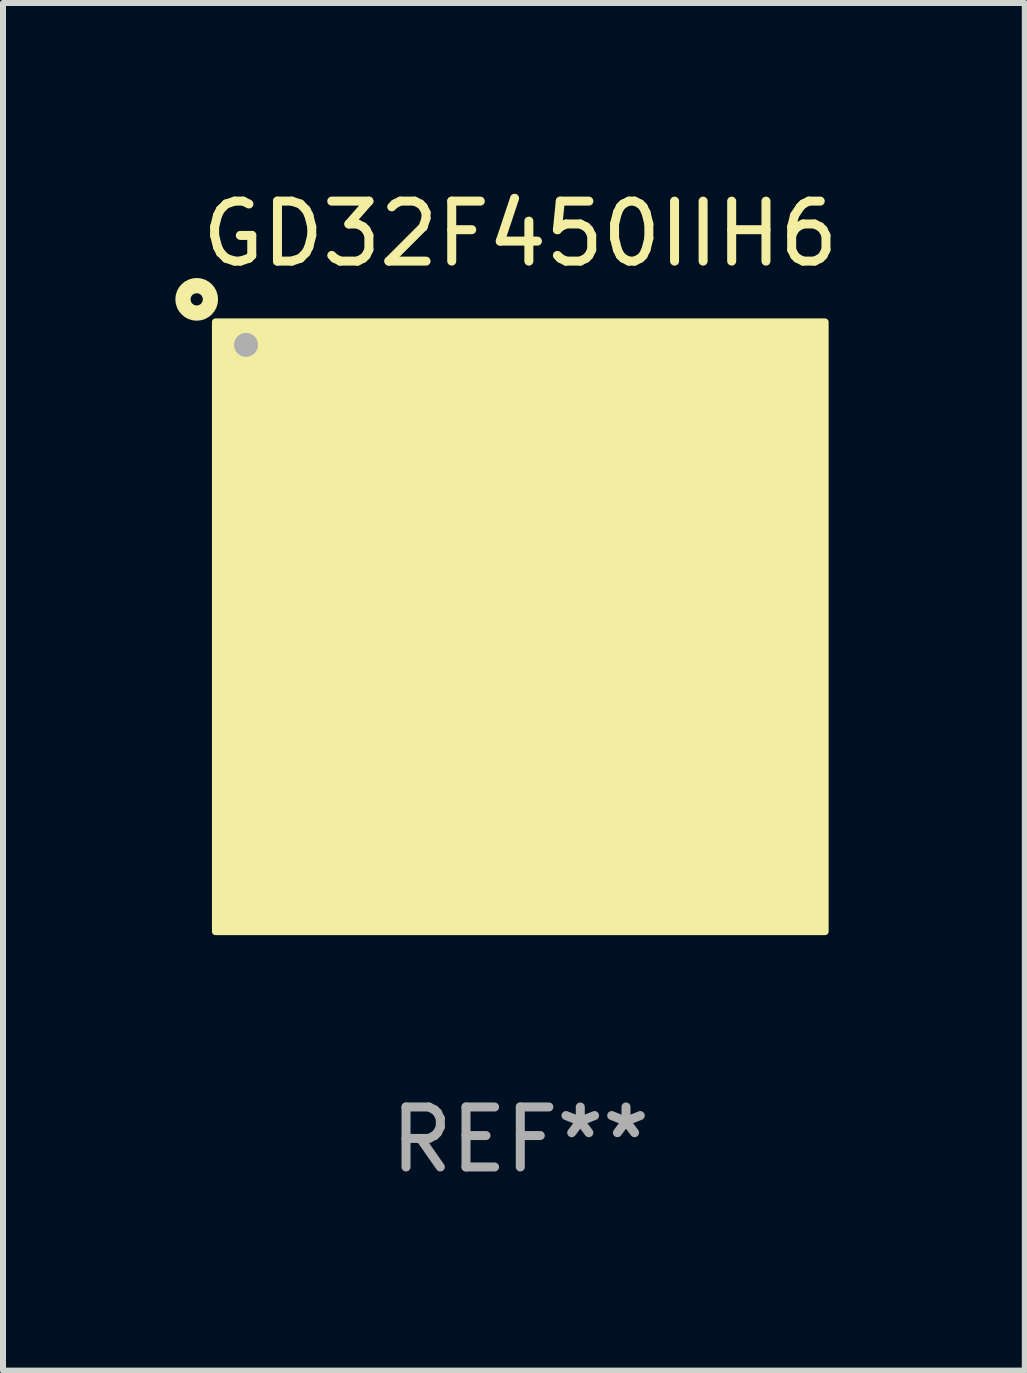
<source format=kicad_pcb>
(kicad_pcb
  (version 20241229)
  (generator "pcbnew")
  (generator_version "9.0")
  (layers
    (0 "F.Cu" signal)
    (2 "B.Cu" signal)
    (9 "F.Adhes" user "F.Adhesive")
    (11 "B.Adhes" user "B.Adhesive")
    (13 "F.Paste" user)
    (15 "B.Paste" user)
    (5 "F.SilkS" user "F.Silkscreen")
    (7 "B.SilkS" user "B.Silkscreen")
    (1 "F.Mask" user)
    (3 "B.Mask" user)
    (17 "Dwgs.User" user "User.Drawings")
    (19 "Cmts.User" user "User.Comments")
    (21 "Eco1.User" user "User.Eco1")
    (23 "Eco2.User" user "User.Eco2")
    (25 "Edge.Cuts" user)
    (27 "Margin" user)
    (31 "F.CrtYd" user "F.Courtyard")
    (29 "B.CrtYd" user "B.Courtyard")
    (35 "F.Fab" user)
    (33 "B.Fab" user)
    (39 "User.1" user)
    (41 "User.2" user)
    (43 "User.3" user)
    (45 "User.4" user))
  (footprint "GD32F450IIH6"
    (layer "F.Cu")
    (at 5.623 7.398)
    (property "Reference" "GD32F450IIH6" (at 0 -6.55 0) (layer "F.SilkS") (effects (font (size 1 1) (thickness 0.15))))
    (attr through_hole)
    (fp_circle (center -5.394 -5.458) (end -5.292 -5.458) (stroke (width 0.254) (type solid)) (fill no) (layer "F.SilkS"))
    (fp_circle (center -5 -5) (end -4.97 -5) (stroke (width 0.06) (type solid)) (fill no) (layer "F.SilkS"))
    (fp_poly (pts (xy -5.08 -5.08) (xy 5.08 -5.08) (xy 5.08 5.08) (xy -5.08 5.08)) (stroke (width 0.12) (type solid)) (fill yes) (layer "F.SilkS"))
    (fp_circle (center -4.572 -4.699) (end -4.472 -4.699) (stroke (width 0.2) (type solid)) (fill no) (layer "F.Fab"))
    (fp_text user "REF**" (at 0 8.55 0) (layer "F.Fab") (effects (font (size 1 1) (thickness 0.15))))
    (pad "A1" smd circle (at -4.55 -4.55) (size 0.3 0.3) (layers "F.Cu" "F.Mask" "F.Paste"))
    (pad "A2" smd circle (at -3.9 -4.55) (size 0.3 0.3) (layers "F.Cu" "F.Mask" "F.Paste"))
    (pad "A3" smd circle (at -3.25 -4.55) (size 0.3 0.3) (layers "F.Cu" "F.Mask" "F.Paste"))
    (pad "A4" smd circle (at -2.6 -4.55) (size 0.3 0.3) (layers "F.Cu" "F.Mask" "F.Paste"))
    (pad "A5" smd circle (at -1.95 -4.55) (size 0.3 0.3) (layers "F.Cu" "F.Mask" "F.Paste"))
    (pad "A6" smd circle (at -1.3 -4.55) (size 0.3 0.3) (layers "F.Cu" "F.Mask" "F.Paste"))
    (pad "A7" smd circle (at -0.65 -4.55) (size 0.3 0.3) (layers "F.Cu" "F.Mask" "F.Paste"))
    (pad "A8" smd circle (at -0.000127 -4.55) (size 0.3 0.3) (layers "F.Cu" "F.Mask" "F.Paste"))
    (pad "A9" smd circle (at 0.65 -4.55) (size 0.3 0.3) (layers "F.Cu" "F.Mask" "F.Paste"))
    (pad "A10" smd circle (at 1.3 -4.55) (size 0.3 0.3) (layers "F.Cu" "F.Mask" "F.Paste"))
    (pad "A11" smd circle (at 1.95 -4.55) (size 0.3 0.3) (layers "F.Cu" "F.Mask" "F.Paste"))
    (pad "A12" smd circle (at 2.6 -4.55) (size 0.3 0.3) (layers "F.Cu" "F.Mask" "F.Paste"))
    (pad "A13" smd circle (at 3.25 -4.55) (size 0.3 0.3) (layers "F.Cu" "F.Mask" "F.Paste"))
    (pad "A14" smd circle (at 3.9 -4.55) (size 0.3 0.3) (layers "F.Cu" "F.Mask" "F.Paste"))
    (pad "A15" smd circle (at 4.55 -4.55) (size 0.3 0.3) (layers "F.Cu" "F.Mask" "F.Paste"))
    (pad "B1" smd circle (at -4.55 -3.9) (size 0.3 0.3) (layers "F.Cu" "F.Mask" "F.Paste"))
    (pad "B2" smd circle (at -3.9 -3.9) (size 0.3 0.3) (layers "F.Cu" "F.Mask" "F.Paste"))
    (pad "B3" smd circle (at -3.25 -3.9) (size 0.3 0.3) (layers "F.Cu" "F.Mask" "F.Paste"))
    (pad "B4" smd circle (at -2.6 -3.9) (size 0.3 0.3) (layers "F.Cu" "F.Mask" "F.Paste"))
    (pad "B5" smd circle (at -1.95 -3.9) (size 0.3 0.3) (layers "F.Cu" "F.Mask" "F.Paste"))
    (pad "B6" smd circle (at -1.3 -3.9) (size 0.3 0.3) (layers "F.Cu" "F.Mask" "F.Paste"))
    (pad "B7" smd circle (at -0.65 -3.9) (size 0.3 0.3) (layers "F.Cu" "F.Mask" "F.Paste"))
    (pad "B8" smd circle (at 0.000127 -3.9) (size 0.3 0.3) (layers "F.Cu" "F.Mask" "F.Paste"))
    (pad "B9" smd circle (at 0.65 -3.9) (size 0.3 0.3) (layers "F.Cu" "F.Mask" "F.Paste"))
    (pad "B10" smd circle (at 1.3 -3.9) (size 0.3 0.3) (layers "F.Cu" "F.Mask" "F.Paste"))
    (pad "B11" smd circle (at 1.95 -3.9) (size 0.3 0.3) (layers "F.Cu" "F.Mask" "F.Paste"))
    (pad "B12" smd circle (at 2.6 -3.9) (size 0.3 0.3) (layers "F.Cu" "F.Mask" "F.Paste"))
    (pad "B13" smd circle (at 3.25 -3.9) (size 0.3 0.3) (layers "F.Cu" "F.Mask" "F.Paste"))
    (pad "B14" smd circle (at 3.9 -3.9) (size 0.3 0.3) (layers "F.Cu" "F.Mask" "F.Paste"))
    (pad "B15" smd circle (at 4.55 -3.9) (size 0.3 0.3) (layers "F.Cu" "F.Mask" "F.Paste"))
    (pad "C1" smd circle (at -4.55 -3.25) (size 0.3 0.3) (layers "F.Cu" "F.Mask" "F.Paste"))
    (pad "C2" smd circle (at -3.9 -3.25) (size 0.3 0.3) (layers "F.Cu" "F.Mask" "F.Paste"))
    (pad "C3" smd circle (at -3.25 -3.25) (size 0.3 0.3) (layers "F.Cu" "F.Mask" "F.Paste"))
    (pad "C4" smd circle (at -2.6 -3.25) (size 0.3 0.3) (layers "F.Cu" "F.Mask" "F.Paste"))
    (pad "C5" smd circle (at -1.95 -3.25) (size 0.3 0.3) (layers "F.Cu" "F.Mask" "F.Paste"))
    (pad "C6" smd circle (at -1.3 -3.25) (size 0.3 0.3) (layers "F.Cu" "F.Mask" "F.Paste"))
    (pad "C7" smd circle (at -0.65 -3.25) (size 0.3 0.3) (layers "F.Cu" "F.Mask" "F.Paste"))
    (pad "C8" smd circle (at 0.000127 -3.25) (size 0.3 0.3) (layers "F.Cu" "F.Mask" "F.Paste"))
    (pad "C9" smd circle (at 0.65 -3.25) (size 0.3 0.3) (layers "F.Cu" "F.Mask" "F.Paste"))
    (pad "C10" smd circle (at 1.3 -3.25) (size 0.3 0.3) (layers "F.Cu" "F.Mask" "F.Paste"))
    (pad "C11" smd circle (at 1.95 -3.25) (size 0.3 0.3) (layers "F.Cu" "F.Mask" "F.Paste"))
    (pad "C12" smd circle (at 2.6 -3.25) (size 0.3 0.3) (layers "F.Cu" "F.Mask" "F.Paste"))
    (pad "C13" smd circle (at 3.25 -3.25) (size 0.3 0.3) (layers "F.Cu" "F.Mask" "F.Paste"))
    (pad "C14" smd circle (at 3.9 -3.25) (size 0.3 0.3) (layers "F.Cu" "F.Mask" "F.Paste"))
    (pad "C15" smd circle (at 4.55 -3.25) (size 0.3 0.3) (layers "F.Cu" "F.Mask" "F.Paste"))
    (pad "D1" smd circle (at -4.55 -2.6) (size 0.3 0.3) (layers "F.Cu" "F.Mask" "F.Paste"))
    (pad "D2" smd circle (at -3.9 -2.6) (size 0.3 0.3) (layers "F.Cu" "F.Mask" "F.Paste"))
    (pad "D3" smd circle (at -3.25 -2.6) (size 0.3 0.3) (layers "F.Cu" "F.Mask" "F.Paste"))
    (pad "D4" smd circle (at -2.6 -2.6) (size 0.3 0.3) (layers "F.Cu" "F.Mask" "F.Paste"))
    (pad "D5" smd circle (at -1.95 -2.6) (size 0.3 0.3) (layers "F.Cu" "F.Mask" "F.Paste"))
    (pad "D6" smd circle (at -1.3 -2.6) (size 0.3 0.3) (layers "F.Cu" "F.Mask" "F.Paste"))
    (pad "D7" smd circle (at -0.65 -2.6) (size 0.3 0.3) (layers "F.Cu" "F.Mask" "F.Paste"))
    (pad "D8" smd circle (at -0.000127 -2.6) (size 0.3 0.3) (layers "F.Cu" "F.Mask" "F.Paste"))
    (pad "D9" smd circle (at 0.65 -2.6) (size 0.3 0.3) (layers "F.Cu" "F.Mask" "F.Paste"))
    (pad "D10" smd circle (at 1.3 -2.6) (size 0.3 0.3) (layers "F.Cu" "F.Mask" "F.Paste"))
    (pad "D11" smd circle (at 1.95 -2.6) (size 0.3 0.3) (layers "F.Cu" "F.Mask" "F.Paste"))
    (pad "D12" smd circle (at 2.6 -2.6) (size 0.3 0.3) (layers "F.Cu" "F.Mask" "F.Paste"))
    (pad "D13" smd circle (at 3.25 -2.6) (size 0.3 0.3) (layers "F.Cu" "F.Mask" "F.Paste"))
    (pad "D14" smd circle (at 3.9 -2.6) (size 0.3 0.3) (layers "F.Cu" "F.Mask" "F.Paste"))
    (pad "D15" smd circle (at 4.55 -2.6) (size 0.3 0.3) (layers "F.Cu" "F.Mask" "F.Paste"))
    (pad "E1" smd circle (at -4.55 -1.95) (size 0.3 0.3) (layers "F.Cu" "F.Mask" "F.Paste"))
    (pad "E2" smd circle (at -3.9 -1.95) (size 0.3 0.3) (layers "F.Cu" "F.Mask" "F.Paste"))
    (pad "E3" smd circle (at -3.25 -1.95) (size 0.3 0.3) (layers "F.Cu" "F.Mask" "F.Paste"))
    (pad "E4" smd circle (at -2.6 -1.95) (size 0.3 0.3) (layers "F.Cu" "F.Mask" "F.Paste"))
    (pad "E12" smd circle (at 2.6 -1.95) (size 0.3 0.3) (layers "F.Cu" "F.Mask" "F.Paste"))
    (pad "E13" smd circle (at 3.25 -1.95) (size 0.3 0.3) (layers "F.Cu" "F.Mask" "F.Paste"))
    (pad "E14" smd circle (at 3.9 -1.95) (size 0.3 0.3) (layers "F.Cu" "F.Mask" "F.Paste"))
    (pad "E15" smd circle (at 4.55 -1.95) (size 0.3 0.3) (layers "F.Cu" "F.Mask" "F.Paste"))
    (pad "F1" smd circle (at -4.55 -1.3) (size 0.3 0.3) (layers "F.Cu" "F.Mask" "F.Paste"))
    (pad "F2" smd circle (at -3.9 -1.3) (size 0.3 0.3) (layers "F.Cu" "F.Mask" "F.Paste"))
    (pad "F3" smd circle (at -3.25 -1.3) (size 0.3 0.3) (layers "F.Cu" "F.Mask" "F.Paste"))
    (pad "F4" smd circle (at -2.6 -1.3) (size 0.3 0.3) (layers "F.Cu" "F.Mask" "F.Paste"))
    (pad "F6" smd circle (at -1.3 -1.3) (size 0.3 0.3) (layers "F.Cu" "F.Mask" "F.Paste"))
    (pad "F7" smd circle (at -0.65 -1.3) (size 0.3 0.3) (layers "F.Cu" "F.Mask" "F.Paste"))
    (pad "F8" smd circle (at 0.000127 -1.3) (size 0.3 0.3) (layers "F.Cu" "F.Mask" "F.Paste"))
    (pad "F9" smd circle (at 0.65 -1.3) (size 0.3 0.3) (layers "F.Cu" "F.Mask" "F.Paste"))
    (pad "F10" smd circle (at 1.3 -1.3) (size 0.3 0.3) (layers "F.Cu" "F.Mask" "F.Paste"))
    (pad "F12" smd circle (at 2.6 -1.3) (size 0.3 0.3) (layers "F.Cu" "F.Mask" "F.Paste"))
    (pad "F13" smd circle (at 3.25 -1.3) (size 0.3 0.3) (layers "F.Cu" "F.Mask" "F.Paste"))
    (pad "F14" smd circle (at 3.9 -1.3) (size 0.3 0.3) (layers "F.Cu" "F.Mask" "F.Paste"))
    (pad "F15" smd circle (at 4.55 -1.3) (size 0.3 0.3) (layers "F.Cu" "F.Mask" "F.Paste"))
    (pad "G1" smd circle (at -4.55 -0.65) (size 0.3 0.3) (layers "F.Cu" "F.Mask" "F.Paste"))
    (pad "G2" smd circle (at -3.9 -0.65) (size 0.3 0.3) (layers "F.Cu" "F.Mask" "F.Paste"))
    (pad "G3" smd circle (at -3.25 -0.65) (size 0.3 0.3) (layers "F.Cu" "F.Mask" "F.Paste"))
    (pad "G4" smd circle (at -2.6 -0.65) (size 0.3 0.3) (layers "F.Cu" "F.Mask" "F.Paste"))
    (pad "G6" smd circle (at -1.3 -0.65) (size 0.3 0.3) (layers "F.Cu" "F.Mask" "F.Paste"))
    (pad "G7" smd circle (at -0.65 -0.65) (size 0.3 0.3) (layers "F.Cu" "F.Mask" "F.Paste"))
    (pad "G8" smd circle (at -0.000127 -0.65) (size 0.3 0.3) (layers "F.Cu" "F.Mask" "F.Paste"))
    (pad "G9" smd circle (at 0.65 -0.65) (size 0.3 0.3) (layers "F.Cu" "F.Mask" "F.Paste"))
    (pad "G10" smd circle (at 1.3 -0.65) (size 0.3 0.3) (layers "F.Cu" "F.Mask" "F.Paste"))
    (pad "G12" smd circle (at 2.6 -0.65) (size 0.3 0.3) (layers "F.Cu" "F.Mask" "F.Paste"))
    (pad "G13" smd circle (at 3.25 -0.65) (size 0.3 0.3) (layers "F.Cu" "F.Mask" "F.Paste"))
    (pad "G14" smd circle (at 3.9 -0.65) (size 0.3 0.3) (layers "F.Cu" "F.Mask" "F.Paste"))
    (pad "G15" smd circle (at 4.55 -0.65) (size 0.3 0.3) (layers "F.Cu" "F.Mask" "F.Paste"))
    (pad "H1" smd circle (at -4.55 -0.000127) (size 0.3 0.3) (layers "F.Cu" "F.Mask" "F.Paste"))
    (pad "H2" smd circle (at -3.9 -0.000127) (size 0.3 0.3) (layers "F.Cu" "F.Mask" "F.Paste"))
    (pad "H3" smd circle (at -3.25 -0.000127) (size 0.3 0.3) (layers "F.Cu" "F.Mask" "F.Paste"))
    (pad "H4" smd circle (at -2.6 -0.000127) (size 0.3 0.3) (layers "F.Cu" "F.Mask" "F.Paste"))
    (pad "H6" smd circle (at -1.3 -0.000127) (size 0.3 0.3) (layers "F.Cu" "F.Mask" "F.Paste"))
    (pad "H7" smd circle (at -0.65 -0.000127) (size 0.3 0.3) (layers "F.Cu" "F.Mask" "F.Paste"))
    (pad "H8" smd circle (at -0.000127 -0.000127) (size 0.3 0.3) (layers "F.Cu" "F.Mask" "F.Paste"))
    (pad "H9" smd circle (at 0.65 -0.000127) (size 0.3 0.3) (layers "F.Cu" "F.Mask" "F.Paste"))
    (pad "H10" smd circle (at 1.3 -0.000127) (size 0.3 0.3) (layers "F.Cu" "F.Mask" "F.Paste"))
    (pad "H12" smd circle (at 2.6 -0.000127) (size 0.3 0.3) (layers "F.Cu" "F.Mask" "F.Paste"))
    (pad "H13" smd circle (at 3.25 -0.000127) (size 0.3 0.3) (layers "F.Cu" "F.Mask" "F.Paste"))
    (pad "H14" smd circle (at 3.9 -0.000127) (size 0.3 0.3) (layers "F.Cu" "F.Mask" "F.Paste"))
    (pad "H15" smd circle (at 4.55 -0.000127) (size 0.3 0.3) (layers "F.Cu" "F.Mask" "F.Paste"))
    (pad "J1" smd circle (at -4.55 0.65) (size 0.3 0.3) (layers "F.Cu" "F.Mask" "F.Paste"))
    (pad "J2" smd circle (at -3.9 0.65) (size 0.3 0.3) (layers "F.Cu" "F.Mask" "F.Paste"))
    (pad "J3" smd circle (at -3.25 0.65) (size 0.3 0.3) (layers "F.Cu" "F.Mask" "F.Paste"))
    (pad "J4" smd circle (at -2.6 0.65) (size 0.3 0.3) (layers "F.Cu" "F.Mask" "F.Paste"))
    (pad "J6" smd circle (at -1.3 0.65) (size 0.3 0.3) (layers "F.Cu" "F.Mask" "F.Paste"))
    (pad "J7" smd circle (at -0.65 0.65) (size 0.3 0.3) (layers "F.Cu" "F.Mask" "F.Paste"))
    (pad "J8" smd circle (at -0.000127 0.65) (size 0.3 0.3) (layers "F.Cu" "F.Mask" "F.Paste"))
    (pad "J9" smd circle (at 0.65 0.65) (size 0.3 0.3) (layers "F.Cu" "F.Mask" "F.Paste"))
    (pad "J10" smd circle (at 1.3 0.65) (size 0.3 0.3) (layers "F.Cu" "F.Mask" "F.Paste"))
    (pad "J12" smd circle (at 2.6 0.65) (size 0.3 0.3) (layers "F.Cu" "F.Mask" "F.Paste"))
    (pad "J13" smd circle (at 3.25 0.65) (size 0.3 0.3) (layers "F.Cu" "F.Mask" "F.Paste"))
    (pad "J14" smd circle (at 3.9 0.65) (size 0.3 0.3) (layers "F.Cu" "F.Mask" "F.Paste"))
    (pad "J15" smd circle (at 4.55 0.65) (size 0.3 0.3) (layers "F.Cu" "F.Mask" "F.Paste"))
    (pad "K1" smd circle (at -4.55 1.3) (size 0.3 0.3) (layers "F.Cu" "F.Mask" "F.Paste"))
    (pad "K2" smd circle (at -3.9 1.3) (size 0.3 0.3) (layers "F.Cu" "F.Mask" "F.Paste"))
    (pad "K3" smd circle (at -3.25 1.3) (size 0.3 0.3) (layers "F.Cu" "F.Mask" "F.Paste"))
    (pad "K4" smd circle (at -2.6 1.3) (size 0.3 0.3) (layers "F.Cu" "F.Mask" "F.Paste"))
    (pad "K6" smd circle (at -1.3 1.3) (size 0.3 0.3) (layers "F.Cu" "F.Mask" "F.Paste"))
    (pad "K7" smd circle (at -0.65 1.3) (size 0.3 0.3) (layers "F.Cu" "F.Mask" "F.Paste"))
    (pad "K8" smd circle (at 0.000127 1.3) (size 0.3 0.3) (layers "F.Cu" "F.Mask" "F.Paste"))
    (pad "K9" smd circle (at 0.65 1.3) (size 0.3 0.3) (layers "F.Cu" "F.Mask" "F.Paste"))
    (pad "K10" smd circle (at 1.3 1.3) (size 0.3 0.3) (layers "F.Cu" "F.Mask" "F.Paste"))
    (pad "K12" smd circle (at 2.6 1.3) (size 0.3 0.3) (layers "F.Cu" "F.Mask" "F.Paste"))
    (pad "K13" smd circle (at 3.25 1.3) (size 0.3 0.3) (layers "F.Cu" "F.Mask" "F.Paste"))
    (pad "K14" smd circle (at 3.9 1.3) (size 0.3 0.3) (layers "F.Cu" "F.Mask" "F.Paste"))
    (pad "K15" smd circle (at 4.55 1.3) (size 0.3 0.3) (layers "F.Cu" "F.Mask" "F.Paste"))
    (pad "L1" smd circle (at -4.55 1.95) (size 0.3 0.3) (layers "F.Cu" "F.Mask" "F.Paste"))
    (pad "L2" smd circle (at -3.9 1.95) (size 0.3 0.3) (layers "F.Cu" "F.Mask" "F.Paste"))
    (pad "L3" smd circle (at -3.25 1.95) (size 0.3 0.3) (layers "F.Cu" "F.Mask" "F.Paste"))
    (pad "L4" smd circle (at -2.6 1.95) (size 0.3 0.3) (layers "F.Cu" "F.Mask" "F.Paste"))
    (pad "L12" smd circle (at 2.6 1.95) (size 0.3 0.3) (layers "F.Cu" "F.Mask" "F.Paste"))
    (pad "L13" smd circle (at 3.25 1.95) (size 0.3 0.3) (layers "F.Cu" "F.Mask" "F.Paste"))
    (pad "L14" smd circle (at 3.9 1.95) (size 0.3 0.3) (layers "F.Cu" "F.Mask" "F.Paste"))
    (pad "L15" smd circle (at 4.55 1.95) (size 0.3 0.3) (layers "F.Cu" "F.Mask" "F.Paste"))
    (pad "M1" smd circle (at -4.55 2.6) (size 0.3 0.3) (layers "F.Cu" "F.Mask" "F.Paste"))
    (pad "M2" smd circle (at -3.9 2.6) (size 0.3 0.3) (layers "F.Cu" "F.Mask" "F.Paste"))
    (pad "M3" smd circle (at -3.25 2.6) (size 0.3 0.3) (layers "F.Cu" "F.Mask" "F.Paste"))
    (pad "M4" smd circle (at -2.6 2.6) (size 0.3 0.3) (layers "F.Cu" "F.Mask" "F.Paste"))
    (pad "M5" smd circle (at -1.95 2.6) (size 0.3 0.3) (layers "F.Cu" "F.Mask" "F.Paste"))
    (pad "M6" smd circle (at -1.3 2.6) (size 0.3 0.3) (layers "F.Cu" "F.Mask" "F.Paste"))
    (pad "M7" smd circle (at -0.65 2.6) (size 0.3 0.3) (layers "F.Cu" "F.Mask" "F.Paste"))
    (pad "M8" smd circle (at -0.000127 2.6) (size 0.3 0.3) (layers "F.Cu" "F.Mask" "F.Paste"))
    (pad "M9" smd circle (at 0.65 2.6) (size 0.3 0.3) (layers "F.Cu" "F.Mask" "F.Paste"))
    (pad "M10" smd circle (at 1.3 2.6) (size 0.3 0.3) (layers "F.Cu" "F.Mask" "F.Paste"))
    (pad "M11" smd circle (at 1.95 2.6) (size 0.3 0.3) (layers "F.Cu" "F.Mask" "F.Paste"))
    (pad "M12" smd circle (at 2.6 2.6) (size 0.3 0.3) (layers "F.Cu" "F.Mask" "F.Paste"))
    (pad "M13" smd circle (at 3.25 2.6) (size 0.3 0.3) (layers "F.Cu" "F.Mask" "F.Paste"))
    (pad "M14" smd circle (at 3.9 2.6) (size 0.3 0.3) (layers "F.Cu" "F.Mask" "F.Paste"))
    (pad "M15" smd circle (at 4.55 2.6) (size 0.3 0.3) (layers "F.Cu" "F.Mask" "F.Paste"))
    (pad "N1" smd circle (at -4.55 3.25) (size 0.3 0.3) (layers "F.Cu" "F.Mask" "F.Paste"))
    (pad "N2" smd circle (at -3.9 3.25) (size 0.3 0.3) (layers "F.Cu" "F.Mask" "F.Paste"))
    (pad "N3" smd circle (at -3.25 3.25) (size 0.3 0.3) (layers "F.Cu" "F.Mask" "F.Paste"))
    (pad "N4" smd circle (at -2.6 3.25) (size 0.3 0.3) (layers "F.Cu" "F.Mask" "F.Paste"))
    (pad "N5" smd circle (at -1.95 3.25) (size 0.3 0.3) (layers "F.Cu" "F.Mask" "F.Paste"))
    (pad "N6" smd circle (at -1.3 3.25) (size 0.3 0.3) (layers "F.Cu" "F.Mask" "F.Paste"))
    (pad "N7" smd circle (at -0.65 3.25) (size 0.3 0.3) (layers "F.Cu" "F.Mask" "F.Paste"))
    (pad "N8" smd circle (at -0.000127 3.25) (size 0.3 0.3) (layers "F.Cu" "F.Mask" "F.Paste"))
    (pad "N9" smd circle (at 0.65 3.25) (size 0.3 0.3) (layers "F.Cu" "F.Mask" "F.Paste"))
    (pad "N10" smd circle (at 1.3 3.25) (size 0.3 0.3) (layers "F.Cu" "F.Mask" "F.Paste"))
    (pad "N11" smd circle (at 1.95 3.25) (size 0.3 0.3) (layers "F.Cu" "F.Mask" "F.Paste"))
    (pad "N12" smd circle (at 2.6 3.25) (size 0.3 0.3) (layers "F.Cu" "F.Mask" "F.Paste"))
    (pad "N13" smd circle (at 3.25 3.25) (size 0.3 0.3) (layers "F.Cu" "F.Mask" "F.Paste"))
    (pad "N14" smd circle (at 3.9 3.25) (size 0.3 0.3) (layers "F.Cu" "F.Mask" "F.Paste"))
    (pad "N15" smd circle (at 4.55 3.25) (size 0.3 0.3) (layers "F.Cu" "F.Mask" "F.Paste"))
    (pad "P1" smd circle (at -4.55 3.9) (size 0.3 0.3) (layers "F.Cu" "F.Mask" "F.Paste"))
    (pad "P2" smd circle (at -3.9 3.9) (size 0.3 0.3) (layers "F.Cu" "F.Mask" "F.Paste"))
    (pad "P3" smd circle (at -3.25 3.9) (size 0.3 0.3) (layers "F.Cu" "F.Mask" "F.Paste"))
    (pad "P4" smd circle (at -2.6 3.9) (size 0.3 0.3) (layers "F.Cu" "F.Mask" "F.Paste"))
    (pad "P5" smd circle (at -1.95 3.9) (size 0.3 0.3) (layers "F.Cu" "F.Mask" "F.Paste"))
    (pad "P6" smd circle (at -1.3 3.9) (size 0.3 0.3) (layers "F.Cu" "F.Mask" "F.Paste"))
    (pad "P7" smd circle (at -0.65 3.9) (size 0.3 0.3) (layers "F.Cu" "F.Mask" "F.Paste"))
    (pad "P8" smd circle (at 0.000127 3.9) (size 0.3 0.3) (layers "F.Cu" "F.Mask" "F.Paste"))
    (pad "P9" smd circle (at 0.65 3.9) (size 0.3 0.3) (layers "F.Cu" "F.Mask" "F.Paste"))
    (pad "P10" smd circle (at 1.3 3.9) (size 0.3 0.3) (layers "F.Cu" "F.Mask" "F.Paste"))
    (pad "P11" smd circle (at 1.95 3.9) (size 0.3 0.3) (layers "F.Cu" "F.Mask" "F.Paste"))
    (pad "P12" smd circle (at 2.6 3.9) (size 0.3 0.3) (layers "F.Cu" "F.Mask" "F.Paste"))
    (pad "P13" smd circle (at 3.25 3.9) (size 0.3 0.3) (layers "F.Cu" "F.Mask" "F.Paste"))
    (pad "P14" smd circle (at 3.9 3.9) (size 0.3 0.3) (layers "F.Cu" "F.Mask" "F.Paste"))
    (pad "P15" smd circle (at 4.55 3.9) (size 0.3 0.3) (layers "F.Cu" "F.Mask" "F.Paste"))
    (pad "R1" smd circle (at -4.55 4.55) (size 0.3 0.3) (layers "F.Cu" "F.Mask" "F.Paste"))
    (pad "R2" smd circle (at -3.9 4.55) (size 0.3 0.3) (layers "F.Cu" "F.Mask" "F.Paste"))
    (pad "R3" smd circle (at -3.25 4.55) (size 0.3 0.3) (layers "F.Cu" "F.Mask" "F.Paste"))
    (pad "R4" smd circle (at -2.6 4.55) (size 0.3 0.3) (layers "F.Cu" "F.Mask" "F.Paste"))
    (pad "R5" smd circle (at -1.95 4.55) (size 0.3 0.3) (layers "F.Cu" "F.Mask" "F.Paste"))
    (pad "R6" smd circle (at -1.3 4.55) (size 0.3 0.3) (layers "F.Cu" "F.Mask" "F.Paste"))
    (pad "R7" smd circle (at -0.65 4.55) (size 0.3 0.3) (layers "F.Cu" "F.Mask" "F.Paste"))
    (pad "R8" smd circle (at -0.000127 4.55) (size 0.3 0.3) (layers "F.Cu" "F.Mask" "F.Paste"))
    (pad "R9" smd circle (at 0.65 4.55) (size 0.3 0.3) (layers "F.Cu" "F.Mask" "F.Paste"))
    (pad "R10" smd circle (at 1.3 4.55) (size 0.3 0.3) (layers "F.Cu" "F.Mask" "F.Paste"))
    (pad "R11" smd circle (at 1.95 4.55) (size 0.3 0.3) (layers "F.Cu" "F.Mask" "F.Paste"))
    (pad "R12" smd circle (at 2.6 4.55) (size 0.3 0.3) (layers "F.Cu" "F.Mask" "F.Paste"))
    (pad "R13" smd circle (at 3.25 4.55) (size 0.3 0.3) (layers "F.Cu" "F.Mask" "F.Paste"))
    (pad "R14" smd circle (at 3.9 4.55) (size 0.3 0.3) (layers "F.Cu" "F.Mask" "F.Paste"))
    (pad "R15" smd circle (at 4.55 4.55) (size 0.3 0.3) (layers "F.Cu" "F.Mask" "F.Paste")))
  (gr_rect
    (start -3 -3)
    (end 14.033 19.797)
    (stroke (width 0.1) (type default))
    (fill no)
    (layer "Edge.Cuts")))
</source>
